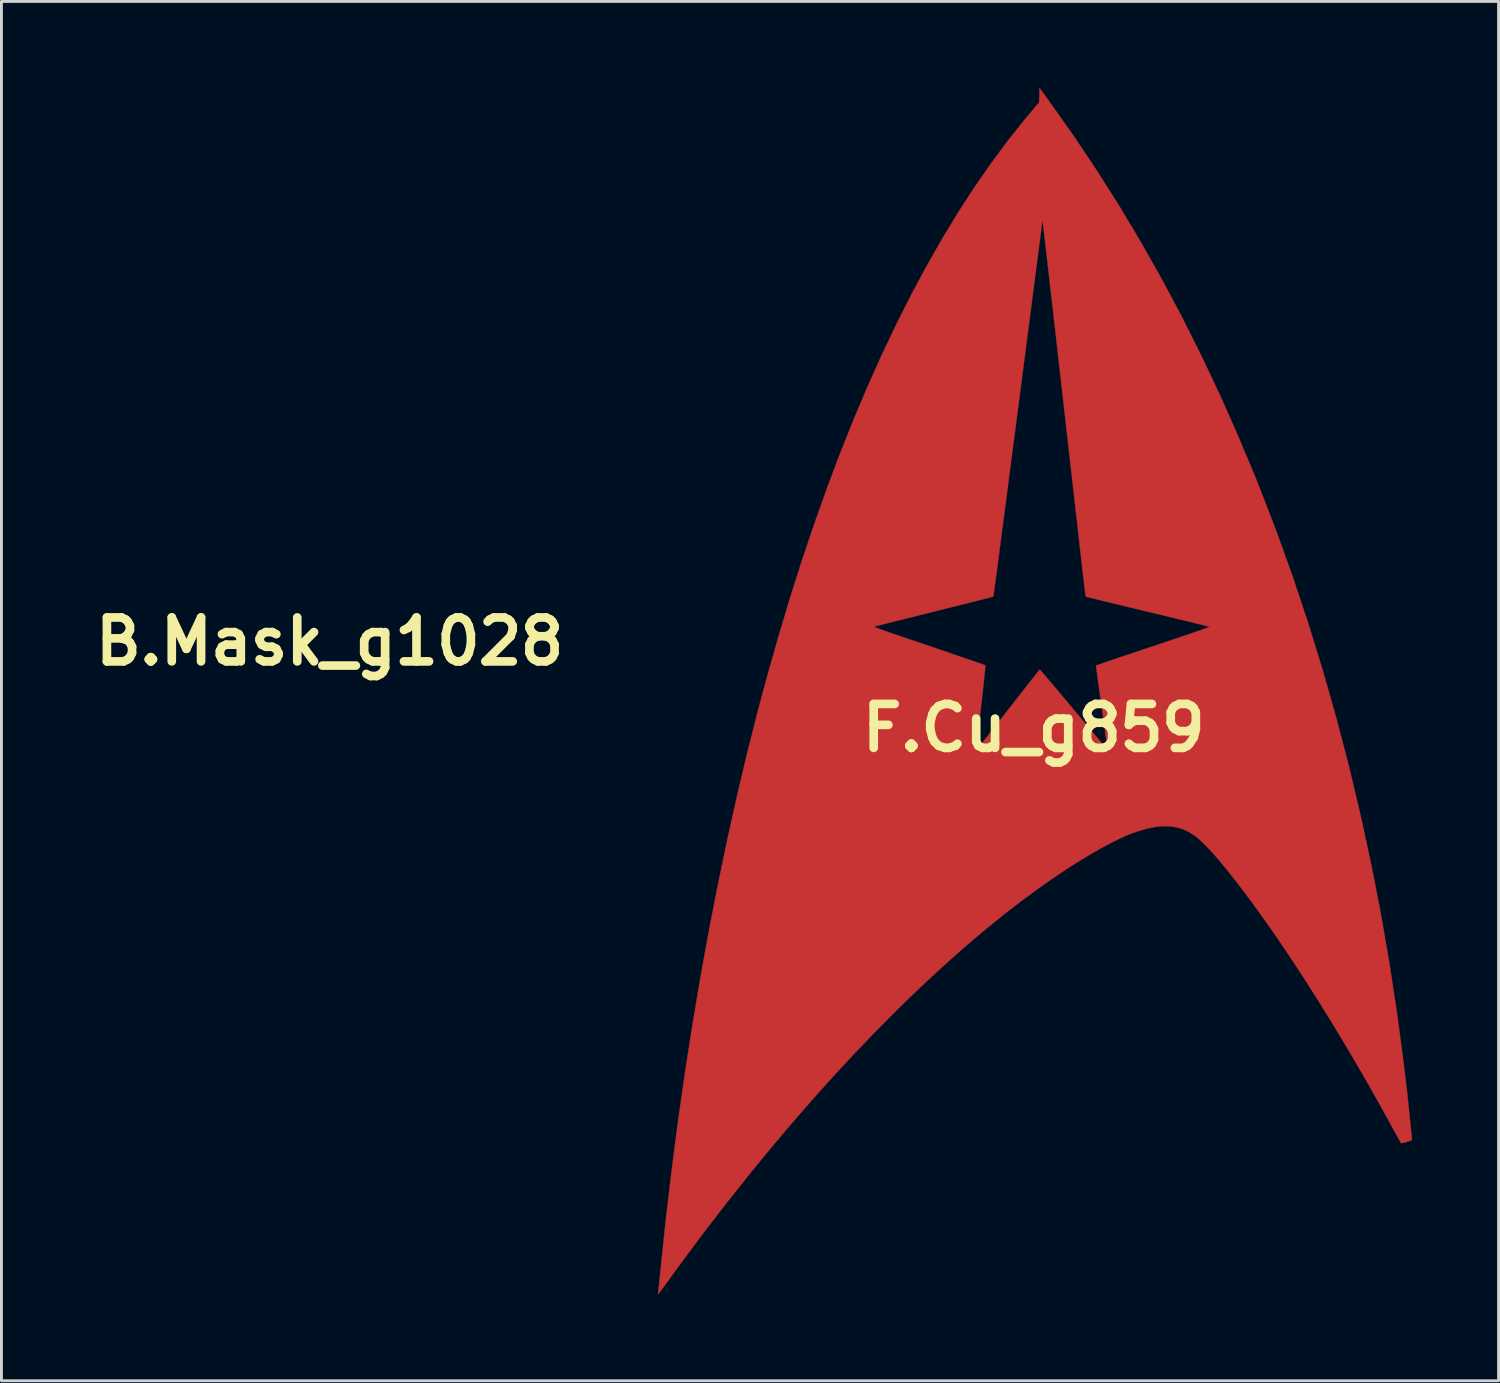
<source format=kicad_pcb>
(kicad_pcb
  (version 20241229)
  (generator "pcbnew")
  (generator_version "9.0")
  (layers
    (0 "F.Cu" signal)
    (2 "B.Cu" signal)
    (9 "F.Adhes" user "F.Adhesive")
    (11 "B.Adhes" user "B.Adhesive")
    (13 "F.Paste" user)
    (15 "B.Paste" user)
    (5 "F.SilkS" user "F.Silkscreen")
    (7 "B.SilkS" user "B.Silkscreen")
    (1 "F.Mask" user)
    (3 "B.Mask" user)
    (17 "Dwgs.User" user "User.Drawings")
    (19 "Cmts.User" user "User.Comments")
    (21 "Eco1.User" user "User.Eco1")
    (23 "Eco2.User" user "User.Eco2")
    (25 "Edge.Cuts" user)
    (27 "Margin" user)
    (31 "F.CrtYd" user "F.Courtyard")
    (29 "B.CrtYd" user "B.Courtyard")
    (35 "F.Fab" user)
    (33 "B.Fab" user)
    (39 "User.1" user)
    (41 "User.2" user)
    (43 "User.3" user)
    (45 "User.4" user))
  (footprint "F.Cu_g859"
    (layer "F.Cu")
    (at 32.817 22.209)
    (property "Reference" "F.Cu_g859" (at 0 0 0) (layer "F.SilkS") (effects (font (size 1.524 1.524) (thickness 0.3))))
    (attr through_hole)
    (fp_poly (pts (xy 0.55 -21.723) (xy 1.385 -20.544) (xy 2.19 -19.341) (xy 2.967 -18.113) (xy 3.717 -16.86) (xy 4.44 -15.579) (xy 5.138 -14.269) (xy 5.811 -12.928) (xy 6.459 -11.556) (xy 7.084 -10.151) (xy 7.686 -8.711) (xy 7.835 -8.34) (xy 8.43 -6.796) (xy 8.994 -5.226) (xy 9.526 -3.628) (xy 10.026 -2.006) (xy 10.495 -0.361) (xy 10.93 1.307) (xy 11.333 2.996) (xy 11.703 4.703) (xy 12.04 6.429) (xy 12.342 8.172) (xy 12.61 9.929) (xy 12.844 11.701) (xy 12.932 12.446) (xy 12.946 12.57) (xy 12.962 12.715) (xy 12.979 12.878) (xy 12.998 13.052) (xy 13.017 13.232) (xy 13.036 13.413) (xy 13.054 13.59) (xy 13.071 13.759) (xy 13.087 13.912) (xy 13.101 14.047) (xy 13.112 14.157) (xy 13.119 14.237) (xy 13.123 14.282) (xy 13.123 14.289) (xy 13.105 14.304) (xy 13.056 14.324) (xy 12.987 14.347) (xy 12.911 14.37) (xy 12.838 14.389) (xy 12.78 14.4) (xy 12.746 14.402) (xy 12.743 14.4) (xy 12.73 14.378) (xy 12.699 14.323) (xy 12.652 14.24) (xy 12.593 14.133) (xy 12.523 14.006) (xy 12.446 13.864) (xy 12.382 13.748) (xy 11.989 13.034) (xy 11.585 12.319) (xy 11.172 11.606) (xy 10.753 10.899) (xy 10.331 10.202) (xy 9.909 9.52) (xy 9.488 8.856) (xy 9.072 8.215) (xy 8.663 7.601) (xy 8.263 7.017) (xy 7.875 6.469) (xy 7.835 6.413) (xy 7.535 6.002) (xy 7.25 5.621) (xy 6.982 5.272) (xy 6.73 4.953) (xy 6.495 4.667) (xy 6.279 4.415) (xy 6.081 4.196) (xy 5.902 4.012) (xy 5.743 3.863) (xy 5.62 3.762) (xy 5.414 3.625) (xy 5.201 3.521) (xy 4.978 3.45) (xy 4.741 3.412) (xy 4.49 3.406) (xy 4.22 3.432) (xy 3.93 3.491) (xy 3.616 3.582) (xy 3.41 3.654) (xy 3.195 3.74) (xy 2.95 3.852) (xy 2.681 3.986) (xy 2.39 4.141) (xy 2.082 4.315) (xy 1.761 4.505) (xy 1.43 4.709) (xy 1.093 4.925) (xy 1.027 4.969) (xy 0.347 5.433) (xy -0.344 5.936) (xy -1.046 6.477) (xy -1.758 7.055) (xy -2.478 7.669) (xy -3.205 8.318) (xy -3.939 9) (xy -4.678 9.714) (xy -5.421 10.46) (xy -6.167 11.236) (xy -6.915 12.041) (xy -7.664 12.874) (xy -8.412 13.734) (xy -9.16 14.619) (xy -9.904 15.529) (xy -10.646 16.463) (xy -11.382 17.418) (xy -12.113 18.395) (xy -12.55 18.992) (xy -12.655 19.137) (xy -12.753 19.272) (xy -12.841 19.391) (xy -12.915 19.491) (xy -12.973 19.569) (xy -13.012 19.621) (xy -13.03 19.642) (xy -13.03 19.643) (xy -13.033 19.624) (xy -13.03 19.578) (xy -13.028 19.563) (xy -13.023 19.524) (xy -13.015 19.448) (xy -13.004 19.341) (xy -12.99 19.208) (xy -12.974 19.054) (xy -12.957 18.885) (xy -12.942 18.733) (xy -12.763 17.036) (xy -12.563 15.345) (xy -12.344 13.662) (xy -12.105 11.989) (xy -11.847 10.331) (xy -11.571 8.689) (xy -11.277 7.067) (xy -10.965 5.468) (xy -10.637 3.894) (xy -10.293 2.349) (xy -9.934 0.836) (xy -9.559 -0.642) (xy -9.268 -1.725) (xy -8.874 -3.118) (xy -8.756 -3.512) (xy -5.524 -3.512) (xy -5.511 -3.501) (xy -5.482 -3.486) (xy -5.433 -3.466) (xy -5.361 -3.439) (xy -5.262 -3.403) (xy -5.135 -3.359) (xy -4.976 -3.304) (xy -4.781 -3.238) (xy -4.657 -3.196) (xy -4.247 -3.056) (xy -3.875 -2.93) (xy -3.54 -2.816) (xy -3.239 -2.713) (xy -2.972 -2.622) (xy -2.735 -2.541) (xy -2.528 -2.47) (xy -2.349 -2.409) (xy -2.195 -2.356) (xy -2.066 -2.312) (xy -1.958 -2.274) (xy -1.871 -2.244) (xy -1.803 -2.22) (xy -1.752 -2.201) (xy -1.715 -2.188) (xy -1.692 -2.179) (xy -1.68 -2.174) (xy -1.678 -2.172) (xy -1.679 -2.15) (xy -1.684 -2.089) (xy -1.693 -1.993) (xy -1.706 -1.865) (xy -1.722 -1.709) (xy -1.741 -1.529) (xy -1.763 -1.326) (xy -1.787 -1.106) (xy -1.814 -0.872) (xy -1.829 -0.737) (xy -1.856 -0.495) (xy -1.882 -0.265) (xy -1.906 -0.05) (xy -1.928 0.146) (xy -1.947 0.32) (xy -1.963 0.468) (xy -1.976 0.586) (xy -1.985 0.671) (xy -1.989 0.72) (xy -1.99 0.729) (xy -1.983 0.755) (xy -1.971 0.75) (xy -1.955 0.731) (xy -1.915 0.681) (xy -1.854 0.602) (xy -1.772 0.497) (xy -1.671 0.37) (xy -1.555 0.221) (xy -1.425 0.054) (xy -1.282 -0.129) (xy -1.128 -0.325) (xy -0.967 -0.532) (xy -0.878 -0.646) (xy -0.713 -0.857) (xy -0.556 -1.058) (xy -0.408 -1.248) (xy -0.271 -1.422) (xy -0.147 -1.579) (xy -0.039 -1.717) (xy 0.053 -1.833) (xy 0.125 -1.923) (xy 0.176 -1.987) (xy 0.204 -2.021) (xy 0.209 -2.026) (xy 0.224 -2.011) (xy 0.264 -1.966) (xy 0.328 -1.893) (xy 0.413 -1.794) (xy 0.516 -1.672) (xy 0.637 -1.53) (xy 0.773 -1.369) (xy 0.923 -1.191) (xy 1.083 -1) (xy 1.253 -0.798) (xy 1.386 -0.638) (xy 1.562 -0.429) (xy 1.729 -0.229) (xy 1.886 -0.042) (xy 2.032 0.131) (xy 2.164 0.287) (xy 2.28 0.424) (xy 2.379 0.539) (xy 2.457 0.631) (xy 2.515 0.696) (xy 2.548 0.733) (xy 2.557 0.741) (xy 2.555 0.718) (xy 2.548 0.656) (xy 2.535 0.56) (xy 2.518 0.431) (xy 2.497 0.275) (xy 2.473 0.094) (xy 2.445 -0.108) (xy 2.415 -0.329) (xy 2.382 -0.563) (xy 2.361 -0.715) (xy 2.327 -0.957) (xy 2.295 -1.186) (xy 2.265 -1.4) (xy 2.238 -1.594) (xy 2.214 -1.766) (xy 2.194 -1.911) (xy 2.178 -2.027) (xy 2.166 -2.11) (xy 2.16 -2.157) (xy 2.159 -2.166) (xy 2.179 -2.174) (xy 2.236 -2.194) (xy 2.328 -2.226) (xy 2.451 -2.269) (xy 2.605 -2.321) (xy 2.785 -2.382) (xy 2.988 -2.451) (xy 3.213 -2.527) (xy 3.457 -2.608) (xy 3.716 -2.695) (xy 3.989 -2.786) (xy 4.139 -2.837) (xy 4.417 -2.93) (xy 4.684 -3.019) (xy 4.935 -3.103) (xy 5.17 -3.183) (xy 5.384 -3.256) (xy 5.576 -3.321) (xy 5.742 -3.378) (xy 5.881 -3.427) (xy 5.989 -3.465) (xy 6.063 -3.492) (xy 6.102 -3.507) (xy 6.107 -3.51) (xy 6.085 -3.516) (xy 6.025 -3.532) (xy 5.929 -3.556) (xy 5.799 -3.589) (xy 5.64 -3.628) (xy 5.453 -3.674) (xy 5.242 -3.725) (xy 5.008 -3.782) (xy 4.754 -3.844) (xy 4.485 -3.909) (xy 4.201 -3.977) (xy 3.954 -4.037) (xy 3.66 -4.107) (xy 3.379 -4.175) (xy 3.112 -4.24) (xy 2.862 -4.3) (xy 2.631 -4.356) (xy 2.424 -4.406) (xy 2.241 -4.451) (xy 2.087 -4.489) (xy 1.963 -4.519) (xy 1.873 -4.542) (xy 1.819 -4.556) (xy 1.804 -4.56) (xy 1.8 -4.582) (xy 1.792 -4.643) (xy 1.78 -4.74) (xy 1.764 -4.869) (xy 1.745 -5.027) (xy 1.723 -5.211) (xy 1.699 -5.419) (xy 1.673 -5.646) (xy 1.645 -5.889) (xy 1.616 -6.146) (xy 1.606 -6.227) (xy 1.511 -7.071) (xy 1.419 -7.874) (xy 1.333 -8.637) (xy 1.25 -9.361) (xy 1.173 -10.046) (xy 1.099 -10.694) (xy 1.029 -11.306) (xy 0.964 -11.883) (xy 0.902 -12.425) (xy 0.844 -12.934) (xy 0.79 -13.41) (xy 0.74 -13.855) (xy 0.692 -14.269) (xy 0.649 -14.653) (xy 0.608 -15.009) (xy 0.571 -15.337) (xy 0.536 -15.639) (xy 0.505 -15.914) (xy 0.476 -16.165) (xy 0.45 -16.392) (xy 0.426 -16.596) (xy 0.405 -16.778) (xy 0.387 -16.94) (xy 0.37 -17.081) (xy 0.356 -17.203) (xy 0.344 -17.307) (xy 0.333 -17.394) (xy 0.325 -17.464) (xy 0.318 -17.52) (xy 0.313 -17.561) (xy 0.309 -17.589) (xy 0.307 -17.604) (xy 0.306 -17.608) (xy 0.297 -17.6) (xy 0.296 -17.587) (xy 0.294 -17.562) (xy 0.285 -17.497) (xy 0.272 -17.39) (xy 0.253 -17.242) (xy 0.229 -17.054) (xy 0.199 -16.826) (xy 0.165 -16.559) (xy 0.125 -16.252) (xy 0.081 -15.907) (xy 0.031 -15.523) (xy -0.024 -15.102) (xy -0.083 -14.643) (xy -0.148 -14.147) (xy -0.217 -13.614) (xy -0.291 -13.045) (xy -0.37 -12.44) (xy -0.453 -11.8) (xy -0.541 -11.125) (xy -0.633 -10.415) (xy -0.73 -9.671) (xy -0.832 -8.893) (xy -0.937 -8.082) (xy -1.047 -7.238) (xy -1.162 -6.361) (xy -1.164 -6.342) (xy -1.199 -6.073) (xy -1.233 -5.816) (xy -1.265 -5.574) (xy -1.294 -5.351) (xy -1.321 -5.149) (xy -1.345 -4.972) (xy -1.365 -4.822) (xy -1.381 -4.703) (xy -1.393 -4.618) (xy -1.4 -4.57) (xy -1.402 -4.56) (xy -1.423 -4.554) (xy -1.483 -4.538) (xy -1.578 -4.514) (xy -1.705 -4.481) (xy -1.862 -4.441) (xy -2.047 -4.395) (xy -2.256 -4.342) (xy -2.486 -4.284) (xy -2.735 -4.222) (xy -2.999 -4.156) (xy -3.277 -4.086) (xy -3.409 -4.053) (xy -3.694 -3.982) (xy -3.968 -3.914) (xy -4.229 -3.848) (xy -4.474 -3.787) (xy -4.7 -3.731) (xy -4.903 -3.68) (xy -5.081 -3.635) (xy -5.232 -3.597) (xy -5.351 -3.567) (xy -5.436 -3.546) (xy -5.484 -3.534) (xy -5.493 -3.532) (xy -5.512 -3.526) (xy -5.523 -3.52) (xy -5.524 -3.512) (xy -8.756 -3.512) (xy -8.468 -4.475) (xy -8.048 -5.796) (xy -7.615 -7.082) (xy -7.17 -8.331) (xy -6.713 -9.543) (xy -6.243 -10.719) (xy -5.761 -11.857) (xy -5.267 -12.958) (xy -4.761 -14.02) (xy -4.244 -15.045) (xy -3.715 -16.031) (xy -3.175 -16.978) (xy -2.624 -17.885) (xy -2.061 -18.753) (xy -1.488 -19.581) (xy -0.904 -20.369) (xy -0.309 -21.117) (xy -0.045 -21.431) (xy 0.189 -21.706) (xy 0.195 -21.955) (xy 0.201 -22.204) (xy 0.55 -21.723)) (stroke (width 0.01) (type solid)) (fill yes) (layer "F.Cu")))
  (footprint "B.Mask_g1028"
    (layer "F.Cu")
    (at 8.389 19.208)
    (property "Reference" "B.Mask_g1028" (at 0 0 0) (layer "F.SilkS") (effects (font (size 1.524 1.524) (thickness 0.3))))
    (attr through_hole)
    (fp_poly (pts (xy 0.317 -19.187) (xy 0.326 -19.131) (xy 0.338 -19.034) (xy 0.355 -18.899) (xy 0.376 -18.727) (xy 0.401 -18.519) (xy 0.43 -18.276) (xy 0.462 -18) (xy 0.499 -17.692) (xy 0.538 -17.352) (xy 0.581 -16.982) (xy 0.627 -16.584) (xy 0.676 -16.159) (xy 0.728 -15.707) (xy 0.783 -15.23) (xy 0.841 -14.73) (xy 0.9 -14.206) (xy 0.962 -13.662) (xy 1.027 -13.098) (xy 1.093 -12.514) (xy 1.152 -11.996) (xy 1.214 -11.446) (xy 1.275 -10.906) (xy 1.335 -10.379) (xy 1.394 -9.866) (xy 1.45 -9.368) (xy 1.505 -8.887) (xy 1.557 -8.424) (xy 1.608 -7.982) (xy 1.656 -7.561) (xy 1.701 -7.162) (xy 1.744 -6.789) (xy 1.783 -6.441) (xy 1.82 -6.12) (xy 1.853 -5.829) (xy 1.883 -5.568) (xy 1.91 -5.34) (xy 1.932 -5.145) (xy 1.95 -4.985) (xy 1.965 -4.861) (xy 1.975 -4.776) (xy 1.98 -4.731) (xy 1.982 -4.723) (xy 1.988 -4.721) (xy 2.006 -4.716) (xy 2.037 -4.707) (xy 2.083 -4.696) (xy 2.146 -4.68) (xy 2.227 -4.66) (xy 2.328 -4.635) (xy 2.449 -4.606) (xy 2.594 -4.571) (xy 2.763 -4.53) (xy 2.959 -4.483) (xy 3.182 -4.429) (xy 3.434 -4.368) (xy 3.717 -4.3) (xy 4.032 -4.224) (xy 4.381 -4.14) (xy 4.766 -4.048) (xy 5.188 -3.947) (xy 5.649 -3.836) (xy 5.91 -3.773) (xy 6.127 -3.721) (xy 6.319 -3.673) (xy 6.485 -3.631) (xy 6.621 -3.596) (xy 6.725 -3.567) (xy 6.794 -3.546) (xy 6.826 -3.533) (xy 6.827 -3.53) (xy 6.803 -3.521) (xy 6.742 -3.5) (xy 6.646 -3.467) (xy 6.518 -3.423) (xy 6.361 -3.37) (xy 6.177 -3.308) (xy 5.97 -3.238) (xy 5.741 -3.161) (xy 5.494 -3.078) (xy 5.232 -2.99) (xy 4.957 -2.897) (xy 4.769 -2.835) (xy 4.483 -2.739) (xy 4.205 -2.646) (xy 3.939 -2.557) (xy 3.687 -2.472) (xy 3.453 -2.394) (xy 3.239 -2.322) (xy 3.049 -2.259) (xy 2.885 -2.204) (xy 2.75 -2.159) (xy 2.648 -2.125) (xy 2.582 -2.102) (xy 2.561 -2.095) (xy 2.472 -2.064) (xy 2.418 -2.039) (xy 2.391 -2.017) (xy 2.386 -1.996) (xy 2.39 -1.97) (xy 2.399 -1.905) (xy 2.413 -1.804) (xy 2.431 -1.671) (xy 2.454 -1.509) (xy 2.48 -1.321) (xy 2.509 -1.111) (xy 2.541 -0.882) (xy 2.575 -0.636) (xy 2.611 -0.377) (xy 2.625 -0.278) (xy 2.662 -0.016) (xy 2.696 0.233) (xy 2.728 0.467) (xy 2.757 0.682) (xy 2.784 0.875) (xy 2.806 1.044) (xy 2.825 1.184) (xy 2.839 1.294) (xy 2.848 1.369) (xy 2.852 1.406) (xy 2.852 1.41) (xy 2.837 1.395) (xy 2.798 1.35) (xy 2.735 1.277) (xy 2.65 1.178) (xy 2.546 1.055) (xy 2.424 0.911) (xy 2.286 0.747) (xy 2.134 0.566) (xy 1.97 0.371) (xy 1.795 0.163) (xy 1.612 -0.056) (xy 1.535 -0.148) (xy 1.349 -0.37) (xy 1.171 -0.583) (xy 1.002 -0.784) (xy 0.844 -0.971) (xy 0.699 -1.141) (xy 0.569 -1.294) (xy 0.457 -1.425) (xy 0.363 -1.534) (xy 0.29 -1.617) (xy 0.239 -1.674) (xy 0.213 -1.701) (xy 0.21 -1.703) (xy 0.195 -1.685) (xy 0.155 -1.636) (xy 0.094 -1.559) (xy 0.011 -1.455) (xy -0.089 -1.327) (xy -0.207 -1.178) (xy -0.34 -1.009) (xy -0.485 -0.823) (xy -0.642 -0.623) (xy -0.808 -0.411) (xy -0.982 -0.189) (xy -1.002 -0.164) (xy -1.177 0.06) (xy -1.345 0.276) (xy -1.504 0.48) (xy -1.653 0.67) (xy -1.79 0.845) (xy -1.912 1) (xy -2.017 1.135) (xy -2.104 1.247) (xy -2.171 1.332) (xy -2.216 1.389) (xy -2.237 1.416) (xy -2.238 1.417) (xy -2.28 1.468) (xy -2.272 1.406) (xy -2.26 1.309) (xy -2.244 1.182) (xy -2.226 1.028) (xy -2.206 0.851) (xy -2.184 0.655) (xy -2.16 0.443) (xy -2.135 0.22) (xy -2.11 -0.012) (xy -2.084 -0.247) (xy -2.059 -0.483) (xy -2.034 -0.716) (xy -2.01 -0.941) (xy -1.987 -1.155) (xy -1.966 -1.355) (xy -1.947 -1.536) (xy -1.931 -1.695) (xy -1.918 -1.828) (xy -1.908 -1.932) (xy -1.902 -2.001) (xy -1.9 -2.034) (xy -1.9 -2.036) (xy -1.922 -2.044) (xy -1.981 -2.066) (xy -2.075 -2.099) (xy -2.202 -2.143) (xy -2.358 -2.197) (xy -2.541 -2.26) (xy -2.748 -2.332) (xy -2.977 -2.41) (xy -3.226 -2.495) (xy -3.491 -2.586) (xy -3.77 -2.681) (xy -4.06 -2.78) (xy -4.075 -2.785) (xy -4.365 -2.884) (xy -4.645 -2.979) (xy -4.911 -3.07) (xy -5.16 -3.155) (xy -5.39 -3.234) (xy -5.599 -3.306) (xy -5.783 -3.369) (xy -5.941 -3.424) (xy -6.068 -3.468) (xy -6.164 -3.502) (xy -6.225 -3.524) (xy -6.249 -3.533) (xy -6.249 -3.533) (xy -6.231 -3.54) (xy -6.174 -3.556) (xy -6.082 -3.581) (xy -5.956 -3.615) (xy -5.799 -3.655) (xy -5.614 -3.703) (xy -5.403 -3.757) (xy -5.169 -3.817) (xy -4.914 -3.882) (xy -4.642 -3.951) (xy -4.353 -4.023) (xy -4.052 -4.099) (xy -3.935 -4.128) (xy -3.629 -4.204) (xy -3.334 -4.278) (xy -3.054 -4.348) (xy -2.79 -4.415) (xy -2.545 -4.476) (xy -2.323 -4.532) (xy -2.125 -4.582) (xy -1.954 -4.626) (xy -1.813 -4.662) (xy -1.704 -4.69) (xy -1.63 -4.709) (xy -1.593 -4.719) (xy -1.59 -4.72) (xy -1.586 -4.742) (xy -1.577 -4.804) (xy -1.563 -4.905) (xy -1.544 -5.043) (xy -1.52 -5.217) (xy -1.492 -5.426) (xy -1.46 -5.668) (xy -1.423 -5.94) (xy -1.383 -6.243) (xy -1.339 -6.574) (xy -1.292 -6.932) (xy -1.242 -7.315) (xy -1.188 -7.722) (xy -1.132 -8.151) (xy -1.073 -8.601) (xy -1.011 -9.069) (xy -0.948 -9.556) (xy -0.882 -10.059) (xy -0.815 -10.576) (xy -0.745 -11.107) (xy -0.675 -11.649) (xy -0.637 -11.938) (xy -0.566 -12.486) (xy -0.496 -13.024) (xy -0.428 -13.549) (xy -0.361 -14.061) (xy -0.296 -14.558) (xy -0.234 -15.038) (xy -0.173 -15.5) (xy -0.116 -15.942) (xy -0.061 -16.363) (xy -0.009 -16.761) (xy 0.04 -17.134) (xy 0.086 -17.482) (xy 0.128 -17.803) (xy 0.166 -18.094) (xy 0.201 -18.355) (xy 0.231 -18.584) (xy 0.257 -18.78) (xy 0.278 -18.94) (xy 0.295 -19.064) (xy 0.306 -19.15) (xy 0.313 -19.196) (xy 0.314 -19.203) (xy 0.317 -19.187)) (stroke (width 0.01) (type solid)) (fill yes) (layer "B.Mask")))
  (gr_rect
    (start -3 -3)
    (end 48.945 44.857)
    (stroke (width 0.1) (type default))
    (fill no)
    (layer "Edge.Cuts")))
</source>
